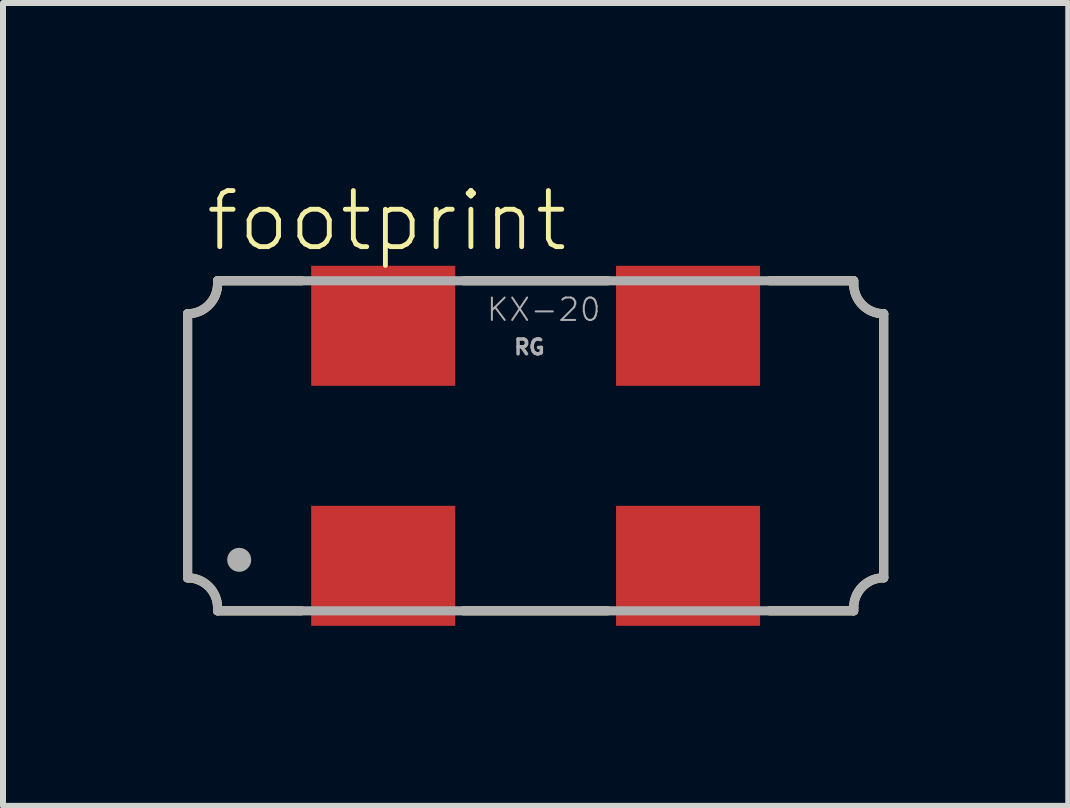
<source format=kicad_pcb>
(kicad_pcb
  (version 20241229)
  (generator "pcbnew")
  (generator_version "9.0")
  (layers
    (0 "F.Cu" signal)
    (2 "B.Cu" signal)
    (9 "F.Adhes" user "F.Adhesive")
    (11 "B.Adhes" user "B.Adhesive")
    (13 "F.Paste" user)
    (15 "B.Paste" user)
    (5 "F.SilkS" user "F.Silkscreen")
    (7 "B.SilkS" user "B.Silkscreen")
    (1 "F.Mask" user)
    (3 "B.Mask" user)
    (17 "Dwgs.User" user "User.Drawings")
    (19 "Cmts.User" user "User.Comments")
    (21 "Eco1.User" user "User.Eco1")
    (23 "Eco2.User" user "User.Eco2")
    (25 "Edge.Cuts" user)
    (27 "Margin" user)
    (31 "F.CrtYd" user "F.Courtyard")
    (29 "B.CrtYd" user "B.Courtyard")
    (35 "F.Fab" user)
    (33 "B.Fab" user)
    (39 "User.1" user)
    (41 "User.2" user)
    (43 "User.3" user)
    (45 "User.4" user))
  (footprint "footprint"
    (layer "F.Cu")
    (at 5.876 4.379)
    (property "Reference" "footprint" (at -5.54 -3.2 0) (layer "F.SilkS") (effects (font (size 0.935 0.935) (thickness 0.081)) (justify left bottom)))
    (fp_line (start -5.8 2.2) (end -5.8 -2.2) (stroke (width 0.152) (type solid)) (layer "F.SilkS"))
    (fp_line (start -5.3 -2.75) (end -3.9 -2.75) (stroke (width 0.152) (type solid)) (layer "F.SilkS"))
    (fp_line (start -5.3 -2.7) (end -5.3 -2.75) (stroke (width 0.152) (type solid)) (layer "F.SilkS"))
    (fp_line (start -5.3 2.75) (end -5.3 2.7) (stroke (width 0.152) (type solid)) (layer "F.SilkS"))
    (fp_line (start -3.9 2.75) (end -5.3 2.75) (stroke (width 0.152) (type solid)) (layer "F.SilkS"))
    (fp_line (start -1.2 -2.75) (end 1.2 -2.75) (stroke (width 0.152) (type solid)) (layer "F.SilkS"))
    (fp_line (start -1.2 2.75) (end 1.2 2.75) (stroke (width 0.152) (type solid)) (layer "F.SilkS"))
    (fp_line (start 3.9 -2.75) (end 5.3 -2.75) (stroke (width 0.152) (type solid)) (layer "F.SilkS"))
    (fp_line (start 5.3 -2.75) (end 5.3 -2.7) (stroke (width 0.152) (type solid)) (layer "F.SilkS"))
    (fp_line (start 5.3 2.7) (end 5.3 2.75) (stroke (width 0.152) (type solid)) (layer "F.SilkS"))
    (fp_line (start 5.3 2.75) (end 3.9 2.75) (stroke (width 0.152) (type solid)) (layer "F.SilkS"))
    (fp_line (start 5.8 -2.2) (end 5.8 2.2) (stroke (width 0.152) (type solid)) (layer "F.SilkS"))
    (fp_arc (start -5.8 2.2) (mid -5.446447 2.346447) (end -5.3 2.7) (stroke (width 0.1524) (type solid)) (layer "F.SilkS"))
    (fp_arc (start -5.3 -2.7) (mid -5.446447 -2.346447) (end -5.8 -2.2) (stroke (width 0.1524) (type solid)) (layer "F.SilkS"))
    (fp_arc (start 5.3 2.7) (mid 5.446447 2.346447) (end 5.8 2.2) (stroke (width 0.1524) (type solid)) (layer "F.SilkS"))
    (fp_arc (start 5.8 -2.2) (mid 5.446447 -2.346447) (end 5.3 -2.7) (stroke (width 0.1524) (type solid)) (layer "F.SilkS"))
    (fp_line (start -5.8 -2.2) (end -5.8 2.2) (stroke (width 0.152) (type solid)) (layer "F.Fab"))
    (fp_line (start -5.3 -2.75) (end -5.3 -2.7) (stroke (width 0.152) (type solid)) (layer "F.Fab"))
    (fp_line (start -5.3 2.7) (end -5.3 2.75) (stroke (width 0.152) (type solid)) (layer "F.Fab"))
    (fp_line (start -5.3 2.75) (end 5.3 2.75) (stroke (width 0.152) (type solid)) (layer "F.Fab"))
    (fp_line (start 5.3 -2.75) (end -5.3 -2.75) (stroke (width 0.152) (type solid)) (layer "F.Fab"))
    (fp_line (start 5.3 -2.7) (end 5.3 -2.75) (stroke (width 0.152) (type solid)) (layer "F.Fab"))
    (fp_line (start 5.3 2.75) (end 5.3 2.7) (stroke (width 0.152) (type solid)) (layer "F.Fab"))
    (fp_line (start 5.8 2.2) (end 5.8 -2.2) (stroke (width 0.152) (type solid)) (layer "F.Fab"))
    (fp_arc (start -5.8 2.2) (mid -5.446447 2.346447) (end -5.3 2.7) (stroke (width 0.1524) (type solid)) (layer "F.Fab"))
    (fp_arc (start -5.3 -2.7) (mid -5.446447 -2.346447) (end -5.8 -2.2) (stroke (width 0.1524) (type solid)) (layer "F.Fab"))
    (fp_arc (start 5.3 2.7) (mid 5.446447 2.346447) (end 5.8 2.2) (stroke (width 0.1524) (type solid)) (layer "F.Fab"))
    (fp_arc (start 5.8 -2.2) (mid 5.446447 -2.346447) (end 5.3 -2.7) (stroke (width 0.1524) (type solid)) (layer "F.Fab"))
    (fp_circle (center -4.94 1.9) (end -4.84 1.9) (stroke (width 0.2) (type solid)) (fill no) (layer "F.Fab"))
    (fp_text user "KX-20" (at -0.84 -2.05 0) (layer "F.Fab") (effects (font (size 0.374 0.374) (thickness 0.033)) (justify left bottom)))
    (fp_text user "RG" (at -0.39 -1.5 0) (layer "F.Fab") (effects (font (size 0.247 0.247) (thickness 0.058)) (justify left bottom)))
    (pad "1" smd rect (at -2.54 2) (size 2.4 2) (layers "F.Cu" "F.Mask" "F.Paste"))
    (pad "2" smd rect (at 2.54 2) (size 2.4 2) (layers "F.Cu" "F.Mask" "F.Paste"))
    (pad "3" smd rect (at 2.54 -2) (size 2.4 2) (layers "F.Cu" "F.Mask" "F.Paste"))
    (pad "4" smd rect (at -2.54 -2) (size 2.4 2) (layers "F.Cu" "F.Mask" "F.Paste")))
  (gr_rect
    (start -3 -3)
    (end 14.752 10.379)
    (stroke (width 0.1) (type default))
    (fill no)
    (layer "Edge.Cuts")))
</source>
